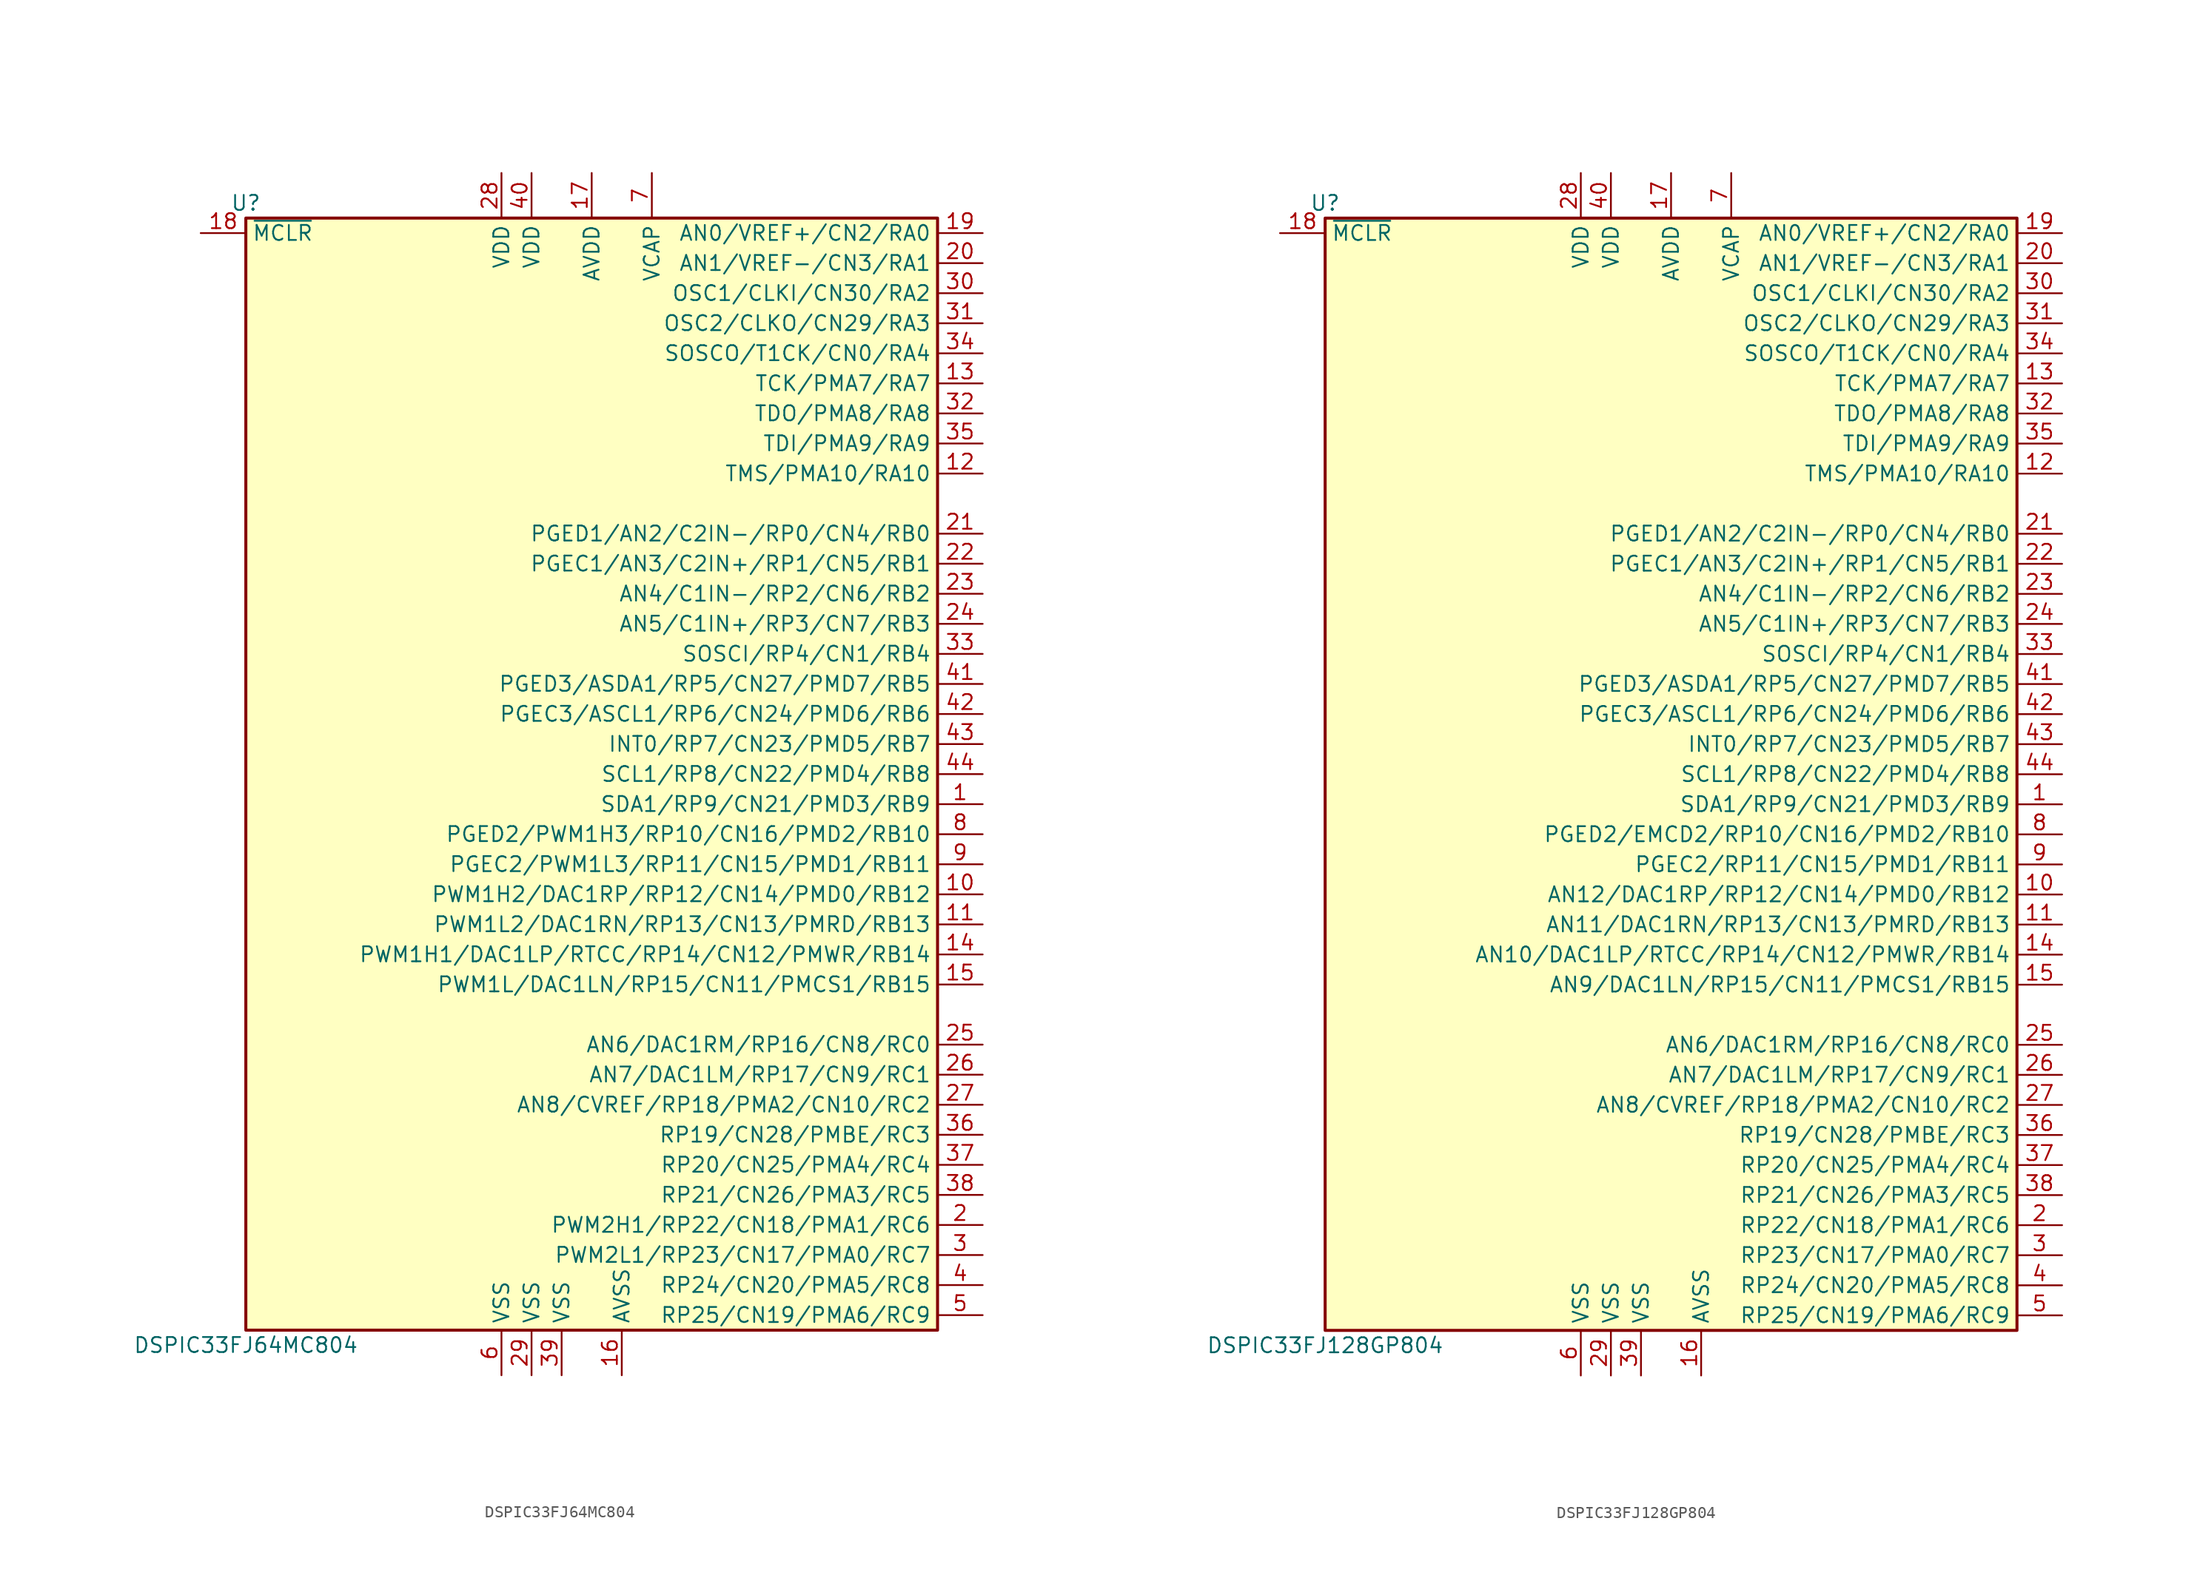
<source format=kicad_sym>
(kicad_symbol_lib
  (version 20201005)
  (generator kicad_symbol_editor)
  (symbol "DSPIC33FJ64MC804"
    (property "Reference" "U"
      (at -29.21 48.26 0)
      (effects (font (size 1.27 1.27))))
    (property "Value" "DSPIC33FJ64MC804"
      (at -29.21 -48.26 0)
      (effects (font (size 1.27 1.27))))
    (symbol "DSPIC33FJ64MC804_1_1"
      (rectangle (start -29.21 46.99) (end 29.21 -46.99) (stroke (width 0.254)) (fill (type background)))
      (pin bidirectional line (at 33.02 -2.54 180) (length 3.81) (name "SDA1/RP9/CN21/PMD3/RB9" (effects (font (size 1.27 1.27)))) (number "1" (effects (font (size 1.27 1.27)))))
      (pin bidirectional line (at 33.02 -10.16 180) (length 3.81) (name "PWM1H2/DAC1RP/RP12/CN14/PMD0/RB12" (effects (font (size 1.27 1.27)))) (number "10" (effects (font (size 1.27 1.27)))))
      (pin bidirectional line (at 33.02 -12.7 180) (length 3.81) (name "PWM1L2/DAC1RN/RP13/CN13/PMRD/RB13" (effects (font (size 1.27 1.27)))) (number "11" (effects (font (size 1.27 1.27)))))
      (pin bidirectional line (at 33.02 25.4 180) (length 3.81) (name "TMS/PMA10/RA10" (effects (font (size 1.27 1.27)))) (number "12" (effects (font (size 1.27 1.27)))))
      (pin bidirectional line (at 33.02 33.02 180) (length 3.81) (name "TCK/PMA7/RA7" (effects (font (size 1.27 1.27)))) (number "13" (effects (font (size 1.27 1.27)))))
      (pin bidirectional line (at 33.02 -15.24 180) (length 3.81) (name "PWM1H1/DAC1LP/RTCC/RP14/CN12/PMWR/RB14" (effects (font (size 1.27 1.27)))) (number "14" (effects (font (size 1.27 1.27)))))
      (pin bidirectional line (at 33.02 -17.78 180) (length 3.81) (name "PWM1L/DAC1LN/RP15/CN11/PMCS1/RB15" (effects (font (size 1.27 1.27)))) (number "15" (effects (font (size 1.27 1.27)))))
      (pin power_in line (at 2.54 -50.8 90) (length 3.81) (name "AVSS" (effects (font (size 1.27 1.27)))) (number "16" (effects (font (size 1.27 1.27)))))
      (pin power_in line (at 0 50.8 270) (length 3.81) (name "AVDD" (effects (font (size 1.27 1.27)))) (number "17" (effects (font (size 1.27 1.27)))))
      (pin input line (at -33.02 45.72 0) (length 3.81) (name "~MCLR" (effects (font (size 1.27 1.27)))) (number "18" (effects (font (size 1.27 1.27)))))
      (pin bidirectional line (at 33.02 45.72 180) (length 3.81) (name "AN0/VREF+/CN2/RA0" (effects (font (size 1.27 1.27)))) (number "19" (effects (font (size 1.27 1.27)))))
      (pin bidirectional line (at 33.02 -38.1 180) (length 3.81) (name "PWM2H1/RP22/CN18/PMA1/RC6" (effects (font (size 1.27 1.27)))) (number "2" (effects (font (size 1.27 1.27)))))
      (pin bidirectional line (at 33.02 43.18 180) (length 3.81) (name "AN1/VREF-/CN3/RA1" (effects (font (size 1.27 1.27)))) (number "20" (effects (font (size 1.27 1.27)))))
      (pin bidirectional line (at 33.02 20.32 180) (length 3.81) (name "PGED1/AN2/C2IN-/RP0/CN4/RB0" (effects (font (size 1.27 1.27)))) (number "21" (effects (font (size 1.27 1.27)))))
      (pin bidirectional line (at 33.02 17.78 180) (length 3.81) (name "PGEC1/AN3/C2IN+/RP1/CN5/RB1" (effects (font (size 1.27 1.27)))) (number "22" (effects (font (size 1.27 1.27)))))
      (pin bidirectional line (at 33.02 15.24 180) (length 3.81) (name "AN4/C1IN-/RP2/CN6/RB2" (effects (font (size 1.27 1.27)))) (number "23" (effects (font (size 1.27 1.27)))))
      (pin bidirectional line (at 33.02 12.7 180) (length 3.81) (name "AN5/C1IN+/RP3/CN7/RB3" (effects (font (size 1.27 1.27)))) (number "24" (effects (font (size 1.27 1.27)))))
      (pin bidirectional line (at 33.02 -22.86 180) (length 3.81) (name "AN6/DAC1RM/RP16/CN8/RC0" (effects (font (size 1.27 1.27)))) (number "25" (effects (font (size 1.27 1.27)))))
      (pin bidirectional line (at 33.02 -25.4 180) (length 3.81) (name "AN7/DAC1LM/RP17/CN9/RC1" (effects (font (size 1.27 1.27)))) (number "26" (effects (font (size 1.27 1.27)))))
      (pin bidirectional line (at 33.02 -27.94 180) (length 3.81) (name "AN8/CVREF/RP18/PMA2/CN10/RC2" (effects (font (size 1.27 1.27)))) (number "27" (effects (font (size 1.27 1.27)))))
      (pin power_in line (at -7.62 50.8 270) (length 3.81) (name "VDD" (effects (font (size 1.27 1.27)))) (number "28" (effects (font (size 1.27 1.27)))))
      (pin power_in line (at -5.08 -50.8 90) (length 3.81) (name "VSS" (effects (font (size 1.27 1.27)))) (number "29" (effects (font (size 1.27 1.27)))))
      (pin bidirectional line (at 33.02 -40.64 180) (length 3.81) (name "PWM2L1/RP23/CN17/PMA0/RC7" (effects (font (size 1.27 1.27)))) (number "3" (effects (font (size 1.27 1.27)))))
      (pin input line (at 33.02 40.64 180) (length 3.81) (name "OSC1/CLKI/CN30/RA2" (effects (font (size 1.27 1.27)))) (number "30" (effects (font (size 1.27 1.27)))))
      (pin input line (at 33.02 38.1 180) (length 3.81) (name "OSC2/CLKO/CN29/RA3" (effects (font (size 1.27 1.27)))) (number "31" (effects (font (size 1.27 1.27)))))
      (pin input line (at 33.02 30.48 180) (length 3.81) (name "TDO/PMA8/RA8" (effects (font (size 1.27 1.27)))) (number "32" (effects (font (size 1.27 1.27)))))
      (pin input line (at 33.02 10.16 180) (length 3.81) (name "SOSCI/RP4/CN1/RB4" (effects (font (size 1.27 1.27)))) (number "33" (effects (font (size 1.27 1.27)))))
      (pin input line (at 33.02 35.56 180) (length 3.81) (name "SOSCO/T1CK/CN0/RA4" (effects (font (size 1.27 1.27)))) (number "34" (effects (font (size 1.27 1.27)))))
      (pin input line (at 33.02 27.94 180) (length 3.81) (name "TDI/PMA9/RA9" (effects (font (size 1.27 1.27)))) (number "35" (effects (font (size 1.27 1.27)))))
      (pin input line (at 33.02 -30.48 180) (length 3.81) (name "RP19/CN28/PMBE/RC3" (effects (font (size 1.27 1.27)))) (number "36" (effects (font (size 1.27 1.27)))))
      (pin input line (at 33.02 -33.02 180) (length 3.81) (name "RP20/CN25/PMA4/RC4" (effects (font (size 1.27 1.27)))) (number "37" (effects (font (size 1.27 1.27)))))
      (pin input line (at 33.02 -35.56 180) (length 3.81) (name "RP21/CN26/PMA3/RC5" (effects (font (size 1.27 1.27)))) (number "38" (effects (font (size 1.27 1.27)))))
      (pin power_in line (at -2.54 -50.8 90) (length 3.81) (name "VSS" (effects (font (size 1.27 1.27)))) (number "39" (effects (font (size 1.27 1.27)))))
      (pin bidirectional line (at 33.02 -43.18 180) (length 3.81) (name "RP24/CN20/PMA5/RC8" (effects (font (size 1.27 1.27)))) (number "4" (effects (font (size 1.27 1.27)))))
      (pin power_in line (at -5.08 50.8 270) (length 3.81) (name "VDD" (effects (font (size 1.27 1.27)))) (number "40" (effects (font (size 1.27 1.27)))))
      (pin input line (at 33.02 7.62 180) (length 3.81) (name "PGED3/ASDA1/RP5/CN27/PMD7/RB5" (effects (font (size 1.27 1.27)))) (number "41" (effects (font (size 1.27 1.27)))))
      (pin input line (at 33.02 5.08 180) (length 3.81) (name "PGEC3/ASCL1/RP6/CN24/PMD6/RB6" (effects (font (size 1.27 1.27)))) (number "42" (effects (font (size 1.27 1.27)))))
      (pin input line (at 33.02 2.54 180) (length 3.81) (name "INT0/RP7/CN23/PMD5/RB7" (effects (font (size 1.27 1.27)))) (number "43" (effects (font (size 1.27 1.27)))))
      (pin input line (at 33.02 0 180) (length 3.81) (name "SCL1/RP8/CN22/PMD4/RB8" (effects (font (size 1.27 1.27)))) (number "44" (effects (font (size 1.27 1.27)))))
      (pin bidirectional line (at 33.02 -45.72 180) (length 3.81) (name "RP25/CN19/PMA6/RC9" (effects (font (size 1.27 1.27)))) (number "5" (effects (font (size 1.27 1.27)))))
      (pin power_in line (at -7.62 -50.8 90) (length 3.81) (name "VSS" (effects (font (size 1.27 1.27)))) (number "6" (effects (font (size 1.27 1.27)))))
      (pin power_in line (at 5.08 50.8 270) (length 3.81) (name "VCAP" (effects (font (size 1.27 1.27)))) (number "7" (effects (font (size 1.27 1.27)))))
      (pin bidirectional line (at 33.02 -5.08 180) (length 3.81) (name "PGED2/PWM1H3/RP10/CN16/PMD2/RB10" (effects (font (size 1.27 1.27)))) (number "8" (effects (font (size 1.27 1.27)))))
      (pin bidirectional line (at 33.02 -7.62 180) (length 3.81) (name "PGEC2/PWM1L3/RP11/CN15/PMD1/RB11" (effects (font (size 1.27 1.27)))) (number "9" (effects (font (size 1.27 1.27)))))))
  (symbol "DSPIC33FJ128GP804"
    (property "Reference" "U"
      (at -29.21 48.26 0)
      (effects (font (size 1.27 1.27))))
    (property "Value" "DSPIC33FJ128GP804"
      (at -29.21 -48.26 0)
      (effects (font (size 1.27 1.27))))
    (symbol "DSPIC33FJ128GP804_1_1"
      (rectangle (start -29.21 46.99) (end 29.21 -46.99) (stroke (width 0.254)) (fill (type background)))
      (pin bidirectional line (at 33.02 -2.54 180) (length 3.81) (name "SDA1/RP9/CN21/PMD3/RB9" (effects (font (size 1.27 1.27)))) (number "1" (effects (font (size 1.27 1.27)))))
      (pin bidirectional line (at 33.02 -10.16 180) (length 3.81) (name "AN12/DAC1RP/RP12/CN14/PMD0/RB12" (effects (font (size 1.27 1.27)))) (number "10" (effects (font (size 1.27 1.27)))))
      (pin bidirectional line (at 33.02 -12.7 180) (length 3.81) (name "AN11/DAC1RN/RP13/CN13/PMRD/RB13" (effects (font (size 1.27 1.27)))) (number "11" (effects (font (size 1.27 1.27)))))
      (pin bidirectional line (at 33.02 25.4 180) (length 3.81) (name "TMS/PMA10/RA10" (effects (font (size 1.27 1.27)))) (number "12" (effects (font (size 1.27 1.27)))))
      (pin bidirectional line (at 33.02 33.02 180) (length 3.81) (name "TCK/PMA7/RA7" (effects (font (size 1.27 1.27)))) (number "13" (effects (font (size 1.27 1.27)))))
      (pin bidirectional line (at 33.02 -15.24 180) (length 3.81) (name "AN10/DAC1LP/RTCC/RP14/CN12/PMWR/RB14" (effects (font (size 1.27 1.27)))) (number "14" (effects (font (size 1.27 1.27)))))
      (pin bidirectional line (at 33.02 -17.78 180) (length 3.81) (name "AN9/DAC1LN/RP15/CN11/PMCS1/RB15" (effects (font (size 1.27 1.27)))) (number "15" (effects (font (size 1.27 1.27)))))
      (pin power_in line (at 2.54 -50.8 90) (length 3.81) (name "AVSS" (effects (font (size 1.27 1.27)))) (number "16" (effects (font (size 1.27 1.27)))))
      (pin power_in line (at 0 50.8 270) (length 3.81) (name "AVDD" (effects (font (size 1.27 1.27)))) (number "17" (effects (font (size 1.27 1.27)))))
      (pin input line (at -33.02 45.72 0) (length 3.81) (name "~MCLR" (effects (font (size 1.27 1.27)))) (number "18" (effects (font (size 1.27 1.27)))))
      (pin bidirectional line (at 33.02 45.72 180) (length 3.81) (name "AN0/VREF+/CN2/RA0" (effects (font (size 1.27 1.27)))) (number "19" (effects (font (size 1.27 1.27)))))
      (pin bidirectional line (at 33.02 -38.1 180) (length 3.81) (name "RP22/CN18/PMA1/RC6" (effects (font (size 1.27 1.27)))) (number "2" (effects (font (size 1.27 1.27)))))
      (pin bidirectional line (at 33.02 43.18 180) (length 3.81) (name "AN1/VREF-/CN3/RA1" (effects (font (size 1.27 1.27)))) (number "20" (effects (font (size 1.27 1.27)))))
      (pin bidirectional line (at 33.02 20.32 180) (length 3.81) (name "PGED1/AN2/C2IN-/RP0/CN4/RB0" (effects (font (size 1.27 1.27)))) (number "21" (effects (font (size 1.27 1.27)))))
      (pin bidirectional line (at 33.02 17.78 180) (length 3.81) (name "PGEC1/AN3/C2IN+/RP1/CN5/RB1" (effects (font (size 1.27 1.27)))) (number "22" (effects (font (size 1.27 1.27)))))
      (pin bidirectional line (at 33.02 15.24 180) (length 3.81) (name "AN4/C1IN-/RP2/CN6/RB2" (effects (font (size 1.27 1.27)))) (number "23" (effects (font (size 1.27 1.27)))))
      (pin bidirectional line (at 33.02 12.7 180) (length 3.81) (name "AN5/C1IN+/RP3/CN7/RB3" (effects (font (size 1.27 1.27)))) (number "24" (effects (font (size 1.27 1.27)))))
      (pin bidirectional line (at 33.02 -22.86 180) (length 3.81) (name "AN6/DAC1RM/RP16/CN8/RC0" (effects (font (size 1.27 1.27)))) (number "25" (effects (font (size 1.27 1.27)))))
      (pin bidirectional line (at 33.02 -25.4 180) (length 3.81) (name "AN7/DAC1LM/RP17/CN9/RC1" (effects (font (size 1.27 1.27)))) (number "26" (effects (font (size 1.27 1.27)))))
      (pin bidirectional line (at 33.02 -27.94 180) (length 3.81) (name "AN8/CVREF/RP18/PMA2/CN10/RC2" (effects (font (size 1.27 1.27)))) (number "27" (effects (font (size 1.27 1.27)))))
      (pin power_in line (at -7.62 50.8 270) (length 3.81) (name "VDD" (effects (font (size 1.27 1.27)))) (number "28" (effects (font (size 1.27 1.27)))))
      (pin power_in line (at -5.08 -50.8 90) (length 3.81) (name "VSS" (effects (font (size 1.27 1.27)))) (number "29" (effects (font (size 1.27 1.27)))))
      (pin bidirectional line (at 33.02 -40.64 180) (length 3.81) (name "RP23/CN17/PMA0/RC7" (effects (font (size 1.27 1.27)))) (number "3" (effects (font (size 1.27 1.27)))))
      (pin input line (at 33.02 40.64 180) (length 3.81) (name "OSC1/CLKI/CN30/RA2" (effects (font (size 1.27 1.27)))) (number "30" (effects (font (size 1.27 1.27)))))
      (pin input line (at 33.02 38.1 180) (length 3.81) (name "OSC2/CLKO/CN29/RA3" (effects (font (size 1.27 1.27)))) (number "31" (effects (font (size 1.27 1.27)))))
      (pin input line (at 33.02 30.48 180) (length 3.81) (name "TDO/PMA8/RA8" (effects (font (size 1.27 1.27)))) (number "32" (effects (font (size 1.27 1.27)))))
      (pin input line (at 33.02 10.16 180) (length 3.81) (name "SOSCI/RP4/CN1/RB4" (effects (font (size 1.27 1.27)))) (number "33" (effects (font (size 1.27 1.27)))))
      (pin input line (at 33.02 35.56 180) (length 3.81) (name "SOSCO/T1CK/CN0/RA4" (effects (font (size 1.27 1.27)))) (number "34" (effects (font (size 1.27 1.27)))))
      (pin input line (at 33.02 27.94 180) (length 3.81) (name "TDI/PMA9/RA9" (effects (font (size 1.27 1.27)))) (number "35" (effects (font (size 1.27 1.27)))))
      (pin input line (at 33.02 -30.48 180) (length 3.81) (name "RP19/CN28/PMBE/RC3" (effects (font (size 1.27 1.27)))) (number "36" (effects (font (size 1.27 1.27)))))
      (pin input line (at 33.02 -33.02 180) (length 3.81) (name "RP20/CN25/PMA4/RC4" (effects (font (size 1.27 1.27)))) (number "37" (effects (font (size 1.27 1.27)))))
      (pin input line (at 33.02 -35.56 180) (length 3.81) (name "RP21/CN26/PMA3/RC5" (effects (font (size 1.27 1.27)))) (number "38" (effects (font (size 1.27 1.27)))))
      (pin power_in line (at -2.54 -50.8 90) (length 3.81) (name "VSS" (effects (font (size 1.27 1.27)))) (number "39" (effects (font (size 1.27 1.27)))))
      (pin bidirectional line (at 33.02 -43.18 180) (length 3.81) (name "RP24/CN20/PMA5/RC8" (effects (font (size 1.27 1.27)))) (number "4" (effects (font (size 1.27 1.27)))))
      (pin power_in line (at -5.08 50.8 270) (length 3.81) (name "VDD" (effects (font (size 1.27 1.27)))) (number "40" (effects (font (size 1.27 1.27)))))
      (pin input line (at 33.02 7.62 180) (length 3.81) (name "PGED3/ASDA1/RP5/CN27/PMD7/RB5" (effects (font (size 1.27 1.27)))) (number "41" (effects (font (size 1.27 1.27)))))
      (pin input line (at 33.02 5.08 180) (length 3.81) (name "PGEC3/ASCL1/RP6/CN24/PMD6/RB6" (effects (font (size 1.27 1.27)))) (number "42" (effects (font (size 1.27 1.27)))))
      (pin input line (at 33.02 2.54 180) (length 3.81) (name "INT0/RP7/CN23/PMD5/RB7" (effects (font (size 1.27 1.27)))) (number "43" (effects (font (size 1.27 1.27)))))
      (pin input line (at 33.02 0 180) (length 3.81) (name "SCL1/RP8/CN22/PMD4/RB8" (effects (font (size 1.27 1.27)))) (number "44" (effects (font (size 1.27 1.27)))))
      (pin bidirectional line (at 33.02 -45.72 180) (length 3.81) (name "RP25/CN19/PMA6/RC9" (effects (font (size 1.27 1.27)))) (number "5" (effects (font (size 1.27 1.27)))))
      (pin power_in line (at -7.62 -50.8 90) (length 3.81) (name "VSS" (effects (font (size 1.27 1.27)))) (number "6" (effects (font (size 1.27 1.27)))))
      (pin power_in line (at 5.08 50.8 270) (length 3.81) (name "VCAP" (effects (font (size 1.27 1.27)))) (number "7" (effects (font (size 1.27 1.27)))))
      (pin bidirectional line (at 33.02 -5.08 180) (length 3.81) (name "PGED2/EMCD2/RP10/CN16/PMD2/RB10" (effects (font (size 1.27 1.27)))) (number "8" (effects (font (size 1.27 1.27)))))
      (pin bidirectional line (at 33.02 -7.62 180) (length 3.81) (name "PGEC2/RP11/CN15/PMD1/RB11" (effects (font (size 1.27 1.27)))) (number "9" (effects (font (size 1.27 1.27))))))))
</source>
